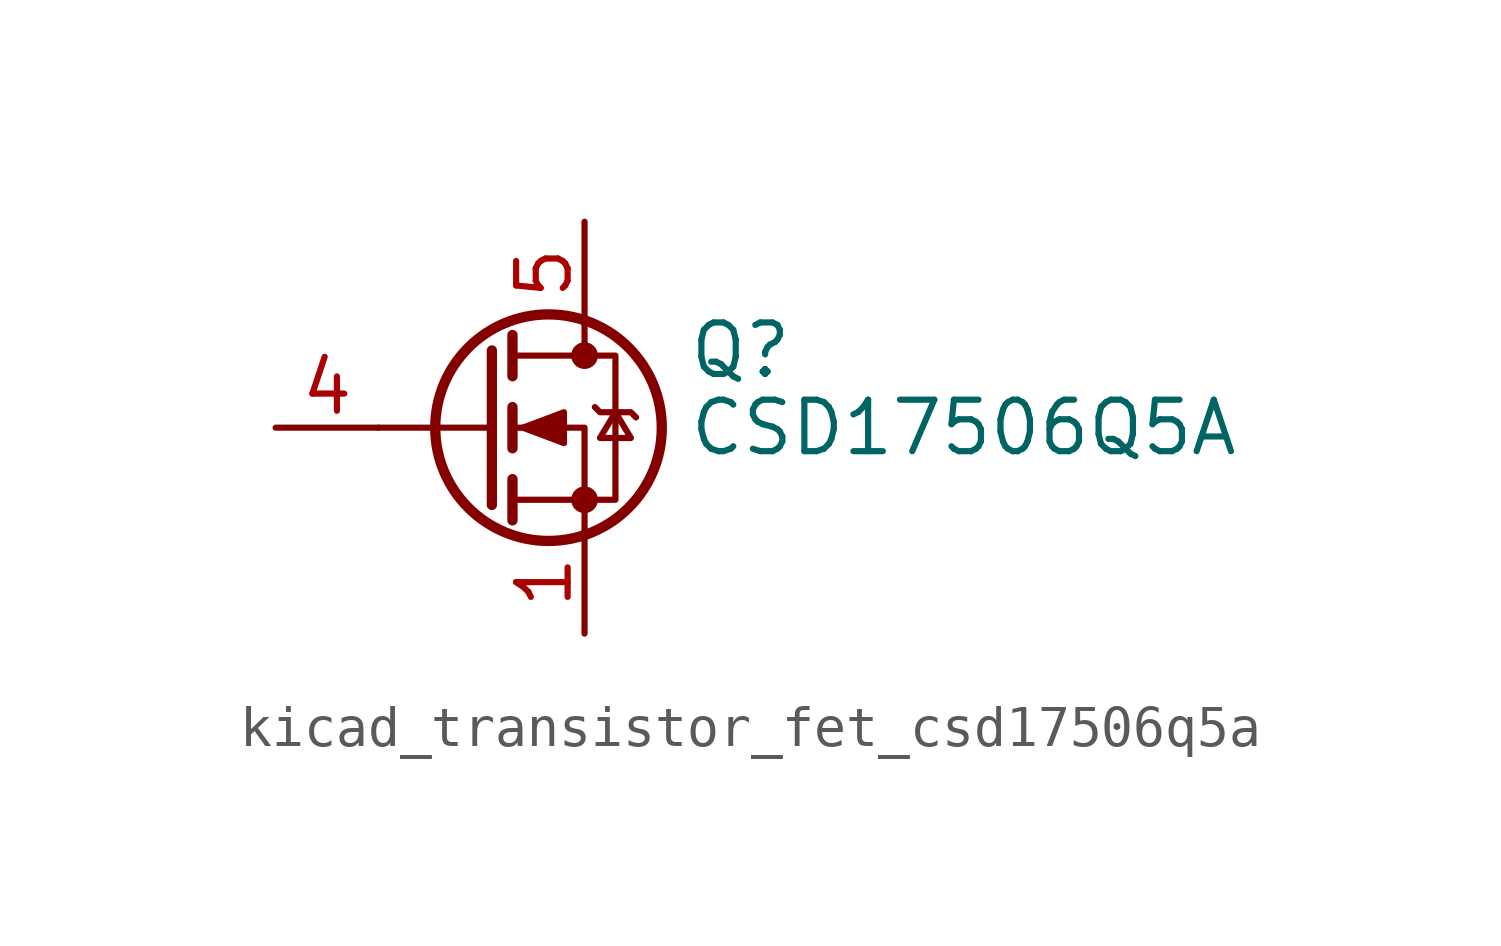
<source format=kicad_sym>
(kicad_symbol_lib
  (version 20220914)
  (generator kicad_symbol_editor)
  (symbol "kicad_transistor_fet_csd17506q5a"
    (pin_names hide)
    (property "Reference" "Q"
      (at 5.08 1.905 0)
      (effects (font (size 1.27 1.27)) (justify left)))
    (property "Value" "CSD17506Q5A"
      (at 5.08 0 0)
      (effects (font (size 1.27 1.27)) (justify left)))
    (symbol "kicad_transistor_fet_csd17506q5a_0_1"
      (polyline (pts (xy 0.254 0) (xy -2.54 0)) (stroke (width 0) (type default)) (fill (type none)))
      (polyline (pts (xy 0.254 1.905) (xy 0.254 -1.905)) (stroke (width 0.254) (type default)) (fill (type none)))
      (polyline (pts (xy 0.762 -1.27) (xy 0.762 -2.286)) (stroke (width 0.254) (type default)) (fill (type none)))
      (polyline (pts (xy 0.762 0.508) (xy 0.762 -0.508)) (stroke (width 0.254) (type default)) (fill (type none)))
      (polyline (pts (xy 0.762 2.286) (xy 0.762 1.27)) (stroke (width 0.254) (type default)) (fill (type none)))
      (polyline (pts (xy 2.54 2.54) (xy 2.54 1.778)) (stroke (width 0) (type default)) (fill (type none)))
      (polyline (pts (xy 2.54 -2.54) (xy 2.54 0) (xy 0.762 0)) (stroke (width 0) (type default)) (fill (type none)))
      (polyline (pts (xy 0.762 -1.778) (xy 3.302 -1.778) (xy 3.302 1.778) (xy 0.762 1.778)) (stroke (width 0) (type default)) (fill (type none)))
      (polyline (pts (xy 1.016 0) (xy 2.032 0.381) (xy 2.032 -0.381) (xy 1.016 0)) (stroke (width 0) (type default)) (fill (type outline)))
      (polyline (pts (xy 2.794 0.508) (xy 2.921 0.381) (xy 3.683 0.381) (xy 3.81 0.254)) (stroke (width 0) (type default)) (fill (type none)))
      (polyline (pts (xy 3.302 0.381) (xy 2.921 -0.254) (xy 3.683 -0.254) (xy 3.302 0.381)) (stroke (width 0) (type default)) (fill (type none)))
      (circle (center 1.651 0) (radius 2.794) (stroke (width 0.254) (type default)) (fill (type none)))
      (circle (center 2.54 -1.778) (radius 0.254) (stroke (width 0) (type default)) (fill (type outline)))
      (circle (center 2.54 1.778) (radius 0.254) (stroke (width 0) (type default)) (fill (type outline))))
    (symbol "kicad_transistor_fet_csd17506q5a_1_1"
      (pin passive line (at 2.54 -5.08 90) (length 2.54) (name "S" (effects (font (size 1.27 1.27)))) (number "1" (effects (font (size 1.27 1.27)))))
      (pin passive line (at 2.54 -5.08 90) (length 2.54) hide (name "S" (effects (font (size 1.27 1.27)))) (number "2" (effects (font (size 1.27 1.27)))))
      (pin passive line (at 2.54 -5.08 90) (length 2.54) hide (name "S" (effects (font (size 1.27 1.27)))) (number "3" (effects (font (size 1.27 1.27)))))
      (pin passive line (at -5.08 0 0) (length 2.54) (name "G" (effects (font (size 1.27 1.27)))) (number "4" (effects (font (size 1.27 1.27)))))
      (pin passive line (at 2.54 5.08 270) (length 2.54) (name "D" (effects (font (size 1.27 1.27)))) (number "5" (effects (font (size 1.27 1.27))))))))
</source>
